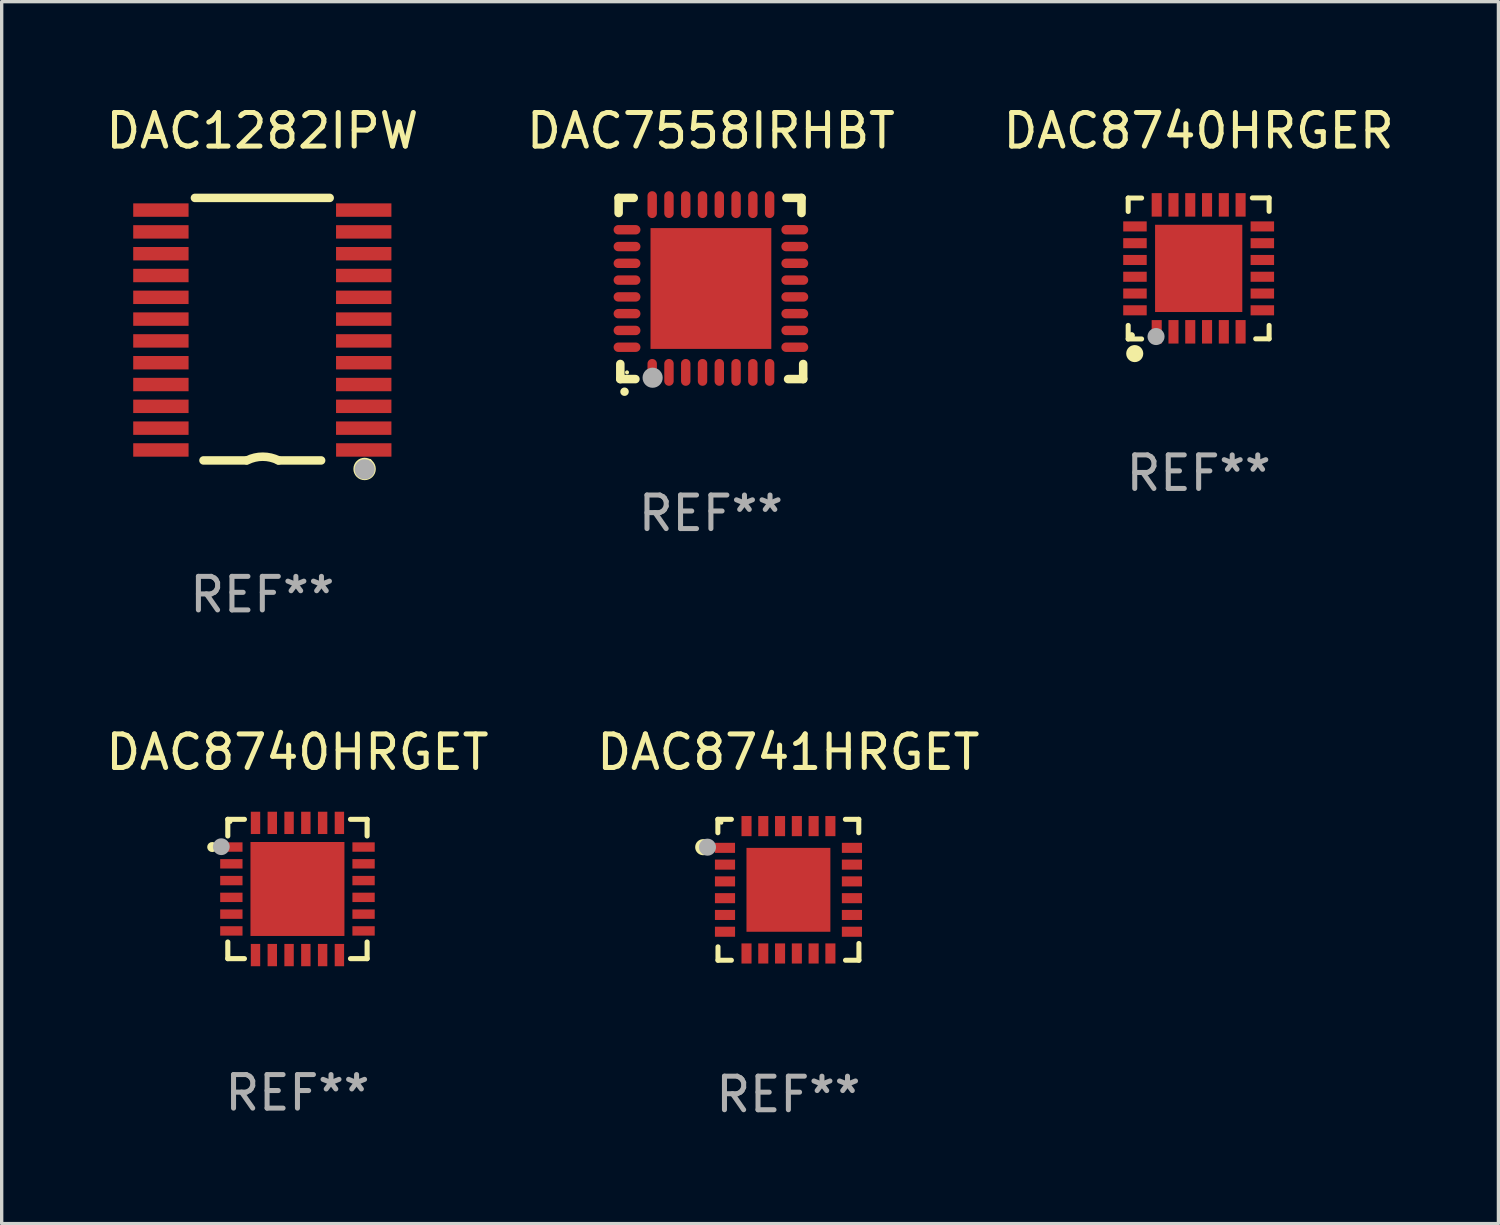
<source format=kicad_pcb>
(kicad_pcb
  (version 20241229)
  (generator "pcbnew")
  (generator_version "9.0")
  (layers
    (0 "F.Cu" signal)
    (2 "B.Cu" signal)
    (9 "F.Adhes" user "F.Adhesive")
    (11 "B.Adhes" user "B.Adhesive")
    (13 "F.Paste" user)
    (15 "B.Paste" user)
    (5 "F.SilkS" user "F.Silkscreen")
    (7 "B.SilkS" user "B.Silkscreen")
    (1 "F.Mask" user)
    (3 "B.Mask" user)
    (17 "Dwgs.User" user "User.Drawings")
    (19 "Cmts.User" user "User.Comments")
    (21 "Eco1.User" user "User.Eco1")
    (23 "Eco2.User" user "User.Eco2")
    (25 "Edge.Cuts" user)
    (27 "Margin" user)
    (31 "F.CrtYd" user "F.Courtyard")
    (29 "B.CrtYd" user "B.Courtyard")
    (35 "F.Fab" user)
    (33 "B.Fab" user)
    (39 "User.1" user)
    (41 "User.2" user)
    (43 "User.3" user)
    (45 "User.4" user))
  (footprint "DAC1282IPW"
    (layer "F.Cu")
    (at 4.768 6.76)
    (property "Reference" "DAC1282IPW" (at 0 -5.912 0) (layer "F.SilkS") (effects (font (size 1 1) (thickness 0.15))))
    (attr through_hole)
    (fp_line (start -2.008 -3.912) (end 2.007 -3.912) (stroke (width 0.254) (type solid)) (layer "F.SilkS"))
    (fp_line (start -0.483 3.912) (end -1.753 3.912) (stroke (width 0.254) (type solid)) (layer "F.SilkS"))
    (fp_line (start 1.752 3.912) (end 0.482 3.912) (stroke (width 0.254) (type solid)) (layer "F.SilkS"))
    (fp_arc (start -0.457404 3.911595) (mid 0.012497 3.800666) (end 0.482398 3.911595) (stroke (width 0.254001) (type solid)) (layer "F.SilkS"))
    (fp_circle (center 3.048 4.166) (end 3.128 4.166) (stroke (width 0.254) (type solid)) (fill no) (layer "F.SilkS"))
    (fp_circle (center 3.2 3.926) (end 3.23 3.926) (stroke (width 0.06) (type solid)) (fill no) (layer "F.SilkS"))
    (fp_circle (center 3.05 4.176) (end 3.2 4.176) (stroke (width 0.3) (type solid)) (fill no) (layer "F.Fab"))
    (fp_text user "REF**" (at 0 7.912 0) (layer "F.Fab") (effects (font (size 1 1) (thickness 0.15))))
    (pad "1" smd rect (at 3.023 3.6 180) (size 1.65 0.4) (layers "F.Cu" "F.Mask" "F.Paste"))
    (pad "2" smd rect (at 3.022 2.95 180) (size 1.65 0.4) (layers "F.Cu" "F.Mask" "F.Paste"))
    (pad "3" smd rect (at 3.022 2.3 180) (size 1.65 0.4) (layers "F.Cu" "F.Mask" "F.Paste"))
    (pad "4" smd rect (at 3.022 1.65 180) (size 1.65 0.4) (layers "F.Cu" "F.Mask" "F.Paste"))
    (pad "5" smd rect (at 3.022 1 180) (size 1.65 0.4) (layers "F.Cu" "F.Mask" "F.Paste"))
    (pad "6" smd rect (at 3.022 0.35 180) (size 1.65 0.4) (layers "F.Cu" "F.Mask" "F.Paste"))
    (pad "7" smd rect (at 3.022 -0.3 180) (size 1.65 0.4) (layers "F.Cu" "F.Mask" "F.Paste"))
    (pad "8" smd rect (at 3.022 -0.949 180) (size 1.65 0.4) (layers "F.Cu" "F.Mask" "F.Paste"))
    (pad "9" smd rect (at 3.022 -1.599 180) (size 1.65 0.4) (layers "F.Cu" "F.Mask" "F.Paste"))
    (pad "10" smd rect (at 3.022 -2.249 180) (size 1.65 0.4) (layers "F.Cu" "F.Mask" "F.Paste"))
    (pad "11" smd rect (at 3.022 -2.899 180) (size 1.65 0.4) (layers "F.Cu" "F.Mask" "F.Paste"))
    (pad "12" smd rect (at 3.022 -3.549 180) (size 1.65 0.4) (layers "F.Cu" "F.Mask" "F.Paste"))
    (pad "13" smd rect (at -3.023 -3.549 180) (size 1.65 0.4) (layers "F.Cu" "F.Mask" "F.Paste"))
    (pad "14" smd rect (at -3.023 -2.899 180) (size 1.65 0.4) (layers "F.Cu" "F.Mask" "F.Paste"))
    (pad "15" smd rect (at -3.023 -2.249 180) (size 1.65 0.4) (layers "F.Cu" "F.Mask" "F.Paste"))
    (pad "16" smd rect (at -3.023 -1.599 180) (size 1.65 0.4) (layers "F.Cu" "F.Mask" "F.Paste"))
    (pad "17" smd rect (at -3.023 -0.949 180) (size 1.65 0.4) (layers "F.Cu" "F.Mask" "F.Paste"))
    (pad "18" smd rect (at -3.023 -0.3 180) (size 1.65 0.4) (layers "F.Cu" "F.Mask" "F.Paste"))
    (pad "19" smd rect (at -3.023 0.35 180) (size 1.65 0.4) (layers "F.Cu" "F.Mask" "F.Paste"))
    (pad "20" smd rect (at -3.023 1 180) (size 1.65 0.4) (layers "F.Cu" "F.Mask" "F.Paste"))
    (pad "21" smd rect (at -3.023 1.65 180) (size 1.65 0.4) (layers "F.Cu" "F.Mask" "F.Paste"))
    (pad "22" smd rect (at -3.023 2.3 180) (size 1.65 0.4) (layers "F.Cu" "F.Mask" "F.Paste"))
    (pad "23" smd rect (at -3.023 2.95 180) (size 1.65 0.4) (layers "F.Cu" "F.Mask" "F.Paste"))
    (pad "24" smd rect (at -3.023 3.6 180) (size 1.65 0.4) (layers "F.Cu" "F.Mask" "F.Paste")))
  (footprint "DAC8740HRGET"
    (layer "F.Cu")
    (at 5.815 23.444)
    (property "Reference" "DAC8740HRGET" (at 0 -4.076 0) (layer "F.SilkS") (effects (font (size 1 1) (thickness 0.15))))
    (attr through_hole)
    (fp_line (start -2.076 -2.076) (end -2.076 -1.58) (stroke (width 0.152) (type solid)) (layer "F.SilkS"))
    (fp_line (start -2.076 2.076) (end -2.076 1.58) (stroke (width 0.152) (type solid)) (layer "F.SilkS"))
    (fp_line (start -1.58 -2.076) (end -2.076 -2.076) (stroke (width 0.152) (type solid)) (layer "F.SilkS"))
    (fp_line (start -1.58 2.076) (end -2.076 2.076) (stroke (width 0.152) (type solid)) (layer "F.SilkS"))
    (fp_line (start 1.58 -2.076) (end 2.076 -2.076) (stroke (width 0.152) (type solid)) (layer "F.SilkS"))
    (fp_line (start 1.58 2.076) (end 2.076 2.076) (stroke (width 0.152) (type solid)) (layer "F.SilkS"))
    (fp_line (start 2.076 -2.076) (end 2.076 -1.58) (stroke (width 0.152) (type solid)) (layer "F.SilkS"))
    (fp_line (start 2.076 2.076) (end 2.076 1.58) (stroke (width 0.152) (type solid)) (layer "F.SilkS"))
    (fp_circle (center -2.54 -1.25) (end -2.465 -1.25) (stroke (width 0.15) (type solid)) (fill no) (layer "F.SilkS"))
    (fp_circle (center -2 -2) (end -1.97 -2) (stroke (width 0.06) (type solid)) (fill no) (layer "F.SilkS"))
    (fp_circle (center -2.27 -1.26) (end -2.145 -1.26) (stroke (width 0.25) (type solid)) (fill no) (layer "F.Fab"))
    (fp_text user "REF**" (at 0 6.076 0) (layer "F.Fab") (effects (font (size 1 1) (thickness 0.15))))
    (pad "1" smd rect (at -1.97 -1.25) (size 0.665 0.28) (layers "F.Cu" "F.Mask" "F.Paste"))
    (pad "2" smd rect (at -1.97 -0.75) (size 0.665 0.28) (layers "F.Cu" "F.Mask" "F.Paste"))
    (pad "3" smd rect (at -1.97 -0.25) (size 0.665 0.28) (layers "F.Cu" "F.Mask" "F.Paste"))
    (pad "4" smd rect (at -1.97 0.25) (size 0.665 0.28) (layers "F.Cu" "F.Mask" "F.Paste"))
    (pad "5" smd rect (at -1.97 0.75) (size 0.665 0.28) (layers "F.Cu" "F.Mask" "F.Paste"))
    (pad "6" smd rect (at -1.97 1.25) (size 0.665 0.28) (layers "F.Cu" "F.Mask" "F.Paste"))
    (pad "7" smd rect (at -1.25 1.97) (size 0.28 0.665) (layers "F.Cu" "F.Mask" "F.Paste"))
    (pad "8" smd rect (at -0.75 1.97) (size 0.28 0.665) (layers "F.Cu" "F.Mask" "F.Paste"))
    (pad "9" smd rect (at -0.25 1.97) (size 0.28 0.665) (layers "F.Cu" "F.Mask" "F.Paste"))
    (pad "10" smd rect (at 0.25 1.97) (size 0.28 0.665) (layers "F.Cu" "F.Mask" "F.Paste"))
    (pad "11" smd rect (at 0.75 1.97) (size 0.28 0.665) (layers "F.Cu" "F.Mask" "F.Paste"))
    (pad "12" smd rect (at 1.25 1.97) (size 0.28 0.665) (layers "F.Cu" "F.Mask" "F.Paste"))
    (pad "13" smd rect (at 1.97 1.25) (size 0.665 0.28) (layers "F.Cu" "F.Mask" "F.Paste"))
    (pad "14" smd rect (at 1.97 0.75) (size 0.665 0.28) (layers "F.Cu" "F.Mask" "F.Paste"))
    (pad "15" smd rect (at 1.97 0.25) (size 0.665 0.28) (layers "F.Cu" "F.Mask" "F.Paste"))
    (pad "16" smd rect (at 1.97 -0.25) (size 0.665 0.28) (layers "F.Cu" "F.Mask" "F.Paste"))
    (pad "17" smd rect (at 1.97 -0.75) (size 0.665 0.28) (layers "F.Cu" "F.Mask" "F.Paste"))
    (pad "18" smd rect (at 1.97 -1.25) (size 0.665 0.28) (layers "F.Cu" "F.Mask" "F.Paste"))
    (pad "19" smd rect (at 1.25 -1.97) (size 0.28 0.665) (layers "F.Cu" "F.Mask" "F.Paste"))
    (pad "20" smd rect (at 0.75 -1.97) (size 0.28 0.665) (layers "F.Cu" "F.Mask" "F.Paste"))
    (pad "21" smd rect (at 0.25 -1.97) (size 0.28 0.665) (layers "F.Cu" "F.Mask" "F.Paste"))
    (pad "22" smd rect (at -0.25 -1.97) (size 0.28 0.665) (layers "F.Cu" "F.Mask" "F.Paste"))
    (pad "23" smd rect (at -0.75 -1.97) (size 0.28 0.665) (layers "F.Cu" "F.Mask" "F.Paste"))
    (pad "24" smd rect (at -1.25 -1.97) (size 0.28 0.665) (layers "F.Cu" "F.Mask" "F.Paste"))
    (pad "25" smd rect (at 0 0) (size 2.8 2.8) (layers "F.Cu" "F.Mask" "F.Paste")))
  (footprint "DAC8740HRGER"
    (layer "F.Cu")
    (at 32.673 4.95)
    (property "Reference" "DAC8740HRGER" (at 0 -4.102 0) (layer "F.SilkS") (effects (font (size 1 1) (thickness 0.15))))
    (attr through_hole)
    (fp_line (start -2.1 -2.098) (end -1.7 -2.098) (stroke (width 0.15) (type solid)) (layer "F.SilkS"))
    (fp_line (start -2.1 -1.698) (end -2.1 -2.098) (stroke (width 0.15) (type solid)) (layer "F.SilkS"))
    (fp_line (start -2.1 2.102) (end -2.1 1.698) (stroke (width 0.15) (type solid)) (layer "F.SilkS"))
    (fp_line (start -1.7 2.102) (end -2.1 2.102) (stroke (width 0.15) (type solid)) (layer "F.SilkS"))
    (fp_line (start 1.6 -2.102) (end 2.1 -2.102) (stroke (width 0.15) (type solid)) (layer "F.SilkS"))
    (fp_line (start 1.7 2.098) (end 2.1 2.098) (stroke (width 0.15) (type solid)) (layer "F.SilkS"))
    (fp_line (start 2.1 -2.102) (end 2.1 -1.702) (stroke (width 0.15) (type solid)) (layer "F.SilkS"))
    (fp_line (start 2.1 2.098) (end 2.1 1.698) (stroke (width 0.15) (type solid)) (layer "F.SilkS"))
    (fp_circle (center -2 1.998) (end -1.95 1.998) (stroke (width 0.1) (type solid)) (fill no) (layer "F.SilkS"))
    (fp_circle (center -1.905 2.538) (end -1.778 2.538) (stroke (width 0.254) (type solid)) (fill no) (layer "F.SilkS"))
    (fp_circle (center -1.27 2.03) (end -1.143 2.03) (stroke (width 0.254) (type solid)) (fill no) (layer "F.Fab"))
    (fp_text user "REF**" (at 0 6.102 0) (layer "F.Fab") (effects (font (size 1 1) (thickness 0.15))))
    (pad "1" smd rect (at -1.25 1.89 180) (size 0.3 0.7) (layers "F.Cu" "F.Mask" "F.Paste"))
    (pad "2" smd rect (at -0.75 1.889 180) (size 0.3 0.7) (layers "F.Cu" "F.Mask" "F.Paste"))
    (pad "3" smd rect (at -0.25 1.889 180) (size 0.3 0.7) (layers "F.Cu" "F.Mask" "F.Paste"))
    (pad "4" smd rect (at 0.25 1.889 180) (size 0.3 0.7) (layers "F.Cu" "F.Mask" "F.Paste"))
    (pad "5" smd rect (at 0.75 1.889 180) (size 0.3 0.7) (layers "F.Cu" "F.Mask" "F.Paste"))
    (pad "6" smd rect (at 1.25 1.889 180) (size 0.3 0.7) (layers "F.Cu" "F.Mask" "F.Paste"))
    (pad "7" smd rect (at 1.898 1.248 270) (size 0.3 0.7) (layers "F.Cu" "F.Mask" "F.Paste"))
    (pad "8" smd rect (at 1.898 0.748 270) (size 0.3 0.7) (layers "F.Cu" "F.Mask" "F.Paste"))
    (pad "9" smd rect (at 1.898 0.248 270) (size 0.3 0.7) (layers "F.Cu" "F.Mask" "F.Paste"))
    (pad "10" smd rect (at 1.898 -0.252 270) (size 0.3 0.7) (layers "F.Cu" "F.Mask" "F.Paste"))
    (pad "11" smd rect (at 1.898 -0.752 270) (size 0.3 0.7) (layers "F.Cu" "F.Mask" "F.Paste"))
    (pad "12" smd rect (at 1.898 -1.252 270) (size 0.3 0.7) (layers "F.Cu" "F.Mask" "F.Paste"))
    (pad "13" smd rect (at 1.25 -1.894) (size 0.3 0.7) (layers "F.Cu" "F.Mask" "F.Paste"))
    (pad "14" smd rect (at 0.75 -1.894) (size 0.3 0.7) (layers "F.Cu" "F.Mask" "F.Paste"))
    (pad "15" smd rect (at 0.25 -1.894) (size 0.3 0.7) (layers "F.Cu" "F.Mask" "F.Paste"))
    (pad "16" smd rect (at -0.25 -1.894) (size 0.3 0.7) (layers "F.Cu" "F.Mask" "F.Paste"))
    (pad "17" smd rect (at -0.75 -1.894) (size 0.3 0.7) (layers "F.Cu" "F.Mask" "F.Paste"))
    (pad "18" smd rect (at -1.25 -1.894) (size 0.3 0.7) (layers "F.Cu" "F.Mask" "F.Paste"))
    (pad "19" smd rect (at -1.898 -1.252 90) (size 0.3 0.7) (layers "F.Cu" "F.Mask" "F.Paste"))
    (pad "20" smd rect (at -1.898 -0.752 90) (size 0.3 0.7) (layers "F.Cu" "F.Mask" "F.Paste"))
    (pad "21" smd rect (at -1.898 -0.252 90) (size 0.3 0.7) (layers "F.Cu" "F.Mask" "F.Paste"))
    (pad "22" smd rect (at -1.898 0.248 90) (size 0.3 0.7) (layers "F.Cu" "F.Mask" "F.Paste"))
    (pad "23" smd rect (at -1.898 0.748 90) (size 0.3 0.7) (layers "F.Cu" "F.Mask" "F.Paste"))
    (pad "24" smd rect (at -1.898 1.248 90) (size 0.3 0.7) (layers "F.Cu" "F.Mask" "F.Paste"))
    (pad "25" smd rect (at 0.001 -0.001 90) (size 2.6 2.6) (layers "F.Cu" "F.Mask" "F.Paste")))
  (footprint "DAC7558IRHBT"
    (layer "F.Cu")
    (at 18.137 5.548)
    (property "Reference" "DAC7558IRHBT" (at 0 -4.7 0) (layer "F.SilkS") (effects (font (size 1 1) (thickness 0.15))))
    (attr through_hole)
    (fp_line (start -2.75 -2.7) (end -2.75 -2.25) (stroke (width 0.254) (type solid)) (layer "F.SilkS"))
    (fp_line (start -2.7 2.7) (end -2.7 2.25) (stroke (width 0.254) (type solid)) (layer "F.SilkS"))
    (fp_line (start -2.3 -2.7) (end -2.75 -2.7) (stroke (width 0.254) (type solid)) (layer "F.SilkS"))
    (fp_line (start -2.25 2.7) (end -2.7 2.7) (stroke (width 0.254) (type solid)) (layer "F.SilkS"))
    (fp_line (start 2.3 2.7) (end 2.75 2.7) (stroke (width 0.254) (type solid)) (layer "F.SilkS"))
    (fp_line (start 2.7 -2.7) (end 2.25 -2.7) (stroke (width 0.254) (type solid)) (layer "F.SilkS"))
    (fp_line (start 2.7 -2.25) (end 2.7 -2.7) (stroke (width 0.254) (type solid)) (layer "F.SilkS"))
    (fp_line (start 2.75 2.7) (end 2.75 2.25) (stroke (width 0.254) (type solid)) (layer "F.SilkS"))
    (fp_arc (start -2.575565 3.075946) (mid -2.574295 3.07594) (end -2.573025 3.075946) (stroke (width 0.25) (type solid)) (layer "F.SilkS"))
    (fp_circle (center -2.5 2.5) (end -2.47 2.5) (stroke (width 0.06) (type solid)) (fill no) (layer "F.SilkS"))
    (fp_circle (center -1.737 2.659) (end -1.587 2.659) (stroke (width 0.3) (type solid)) (fill no) (layer "F.Fab"))
    (fp_text user "REF**" (at 0 6.7 0) (layer "F.Fab") (effects (font (size 1 1) (thickness 0.15))))
    (pad "1" smd oval (at -1.75 2.5) (size 0.28 0.8) (layers "F.Cu" "F.Mask" "F.Paste"))
    (pad "2" smd oval (at -1.25 2.5) (size 0.28 0.8) (layers "F.Cu" "F.Mask" "F.Paste"))
    (pad "3" smd oval (at -0.75 2.5) (size 0.28 0.8) (layers "F.Cu" "F.Mask" "F.Paste"))
    (pad "4" smd oval (at -0.25 2.5) (size 0.28 0.8) (layers "F.Cu" "F.Mask" "F.Paste"))
    (pad "5" smd oval (at 0.25 2.5) (size 0.28 0.8) (layers "F.Cu" "F.Mask" "F.Paste"))
    (pad "6" smd oval (at 0.75 2.5) (size 0.28 0.8) (layers "F.Cu" "F.Mask" "F.Paste"))
    (pad "7" smd oval (at 1.25 2.5) (size 0.28 0.8) (layers "F.Cu" "F.Mask" "F.Paste"))
    (pad "8" smd oval (at 1.75 2.5) (size 0.28 0.8) (layers "F.Cu" "F.Mask" "F.Paste"))
    (pad "9" smd oval (at 2.5 1.75) (size 0.8 0.28) (layers "F.Cu" "F.Mask" "F.Paste"))
    (pad "10" smd oval (at 2.5 1.25) (size 0.8 0.28) (layers "F.Cu" "F.Mask" "F.Paste"))
    (pad "11" smd oval (at 2.5 0.75) (size 0.8 0.28) (layers "F.Cu" "F.Mask" "F.Paste"))
    (pad "12" smd oval (at 2.5 0.25) (size 0.8 0.28) (layers "F.Cu" "F.Mask" "F.Paste"))
    (pad "13" smd oval (at 2.5 -0.25) (size 0.8 0.28) (layers "F.Cu" "F.Mask" "F.Paste"))
    (pad "14" smd oval (at 2.5 -0.75) (size 0.8 0.28) (layers "F.Cu" "F.Mask" "F.Paste"))
    (pad "15" smd oval (at 2.5 -1.25) (size 0.8 0.28) (layers "F.Cu" "F.Mask" "F.Paste"))
    (pad "16" smd oval (at 2.5 -1.75) (size 0.8 0.28) (layers "F.Cu" "F.Mask" "F.Paste"))
    (pad "17" smd oval (at 1.75 -2.5) (size 0.28 0.8) (layers "F.Cu" "F.Mask" "F.Paste"))
    (pad "18" smd oval (at 1.25 -2.5) (size 0.28 0.8) (layers "F.Cu" "F.Mask" "F.Paste"))
    (pad "19" smd oval (at 0.75 -2.5) (size 0.28 0.8) (layers "F.Cu" "F.Mask" "F.Paste"))
    (pad "20" smd oval (at 0.25 -2.5) (size 0.28 0.8) (layers "F.Cu" "F.Mask" "F.Paste"))
    (pad "21" smd oval (at -0.25 -2.5) (size 0.28 0.8) (layers "F.Cu" "F.Mask" "F.Paste"))
    (pad "22" smd oval (at -0.75 -2.5) (size 0.28 0.8) (layers "F.Cu" "F.Mask" "F.Paste"))
    (pad "23" smd oval (at -1.25 -2.5) (size 0.28 0.8) (layers "F.Cu" "F.Mask" "F.Paste"))
    (pad "24" smd oval (at -1.75 -2.5) (size 0.28 0.8) (layers "F.Cu" "F.Mask" "F.Paste"))
    (pad "25" smd oval (at -2.5 -1.75) (size 0.8 0.28) (layers "F.Cu" "F.Mask" "F.Paste"))
    (pad "26" smd oval (at -2.5 -1.25) (size 0.8 0.28) (layers "F.Cu" "F.Mask" "F.Paste"))
    (pad "27" smd oval (at -2.5 -0.75) (size 0.8 0.28) (layers "F.Cu" "F.Mask" "F.Paste"))
    (pad "28" smd oval (at -2.5 -0.25) (size 0.8 0.28) (layers "F.Cu" "F.Mask" "F.Paste"))
    (pad "29" smd oval (at -2.5 0.25) (size 0.8 0.28) (layers "F.Cu" "F.Mask" "F.Paste"))
    (pad "30" smd oval (at -2.5 0.75) (size 0.8 0.28) (layers "F.Cu" "F.Mask" "F.Paste"))
    (pad "31" smd oval (at -2.5 1.25) (size 0.8 0.28) (layers "F.Cu" "F.Mask" "F.Paste"))
    (pad "32" smd oval (at -2.5 1.75) (size 0.8 0.28) (layers "F.Cu" "F.Mask" "F.Paste"))
    (pad "33" smd rect (at 0.000076 0.000076) (size 3.6 3.6) (layers "F.Cu" "F.Mask" "F.Paste")))
  (footprint "DAC8741HRGET"
    (layer "F.Cu")
    (at 20.446 23.468)
    (property "Reference" "DAC8741HRGET" (at 0 -4.1 0) (layer "F.SilkS") (effects (font (size 1 1) (thickness 0.15))))
    (attr through_hole)
    (fp_line (start -2.102 -2.1) (end -1.698 -2.1) (stroke (width 0.15) (type solid)) (layer "F.SilkS"))
    (fp_line (start -2.102 -1.7) (end -2.102 -2.1) (stroke (width 0.15) (type solid)) (layer "F.SilkS"))
    (fp_line (start -2.098 1.7) (end -2.098 2.1) (stroke (width 0.15) (type solid)) (layer "F.SilkS"))
    (fp_line (start -2.098 2.1) (end -1.698 2.1) (stroke (width 0.15) (type solid)) (layer "F.SilkS"))
    (fp_line (start 1.698 -2.1) (end 2.098 -2.1) (stroke (width 0.15) (type solid)) (layer "F.SilkS"))
    (fp_line (start 2.098 -2.1) (end 2.098 -1.7) (stroke (width 0.15) (type solid)) (layer "F.SilkS"))
    (fp_line (start 2.102 1.6) (end 2.102 2.1) (stroke (width 0.15) (type solid)) (layer "F.SilkS"))
    (fp_line (start 2.102 2.1) (end 1.702 2.1) (stroke (width 0.15) (type solid)) (layer "F.SilkS"))
    (fp_circle (center -2.538 -1.27) (end -2.418 -1.27) (stroke (width 0.24) (type solid)) (fill no) (layer "F.SilkS"))
    (fp_circle (center -1.998 -2) (end -1.968 -2) (stroke (width 0.06) (type solid)) (fill no) (layer "F.SilkS"))
    (fp_circle (center -2.411 -1.27) (end -2.284 -1.27) (stroke (width 0.254) (type solid)) (fill no) (layer "F.Fab"))
    (fp_text user "REF**" (at 0 6.1 0) (layer "F.Fab") (effects (font (size 1 1) (thickness 0.15))))
    (pad "1" smd rect (at -1.89 -1.25 90) (size 0.3 0.6) (layers "F.Cu" "F.Mask" "F.Paste"))
    (pad "2" smd rect (at -1.889 -0.75 90) (size 0.3 0.6) (layers "F.Cu" "F.Mask" "F.Paste"))
    (pad "3" smd rect (at -1.889 -0.25 90) (size 0.3 0.6) (layers "F.Cu" "F.Mask" "F.Paste"))
    (pad "4" smd rect (at -1.889 0.25 90) (size 0.3 0.6) (layers "F.Cu" "F.Mask" "F.Paste"))
    (pad "5" smd rect (at -1.889 0.75 90) (size 0.3 0.6) (layers "F.Cu" "F.Mask" "F.Paste"))
    (pad "6" smd rect (at -1.889 1.25 90) (size 0.3 0.6) (layers "F.Cu" "F.Mask" "F.Paste"))
    (pad "7" smd rect (at -1.248 1.898 180) (size 0.3 0.6) (layers "F.Cu" "F.Mask" "F.Paste"))
    (pad "8" smd rect (at -0.748 1.898 180) (size 0.3 0.6) (layers "F.Cu" "F.Mask" "F.Paste"))
    (pad "9" smd rect (at -0.248 1.898 180) (size 0.3 0.6) (layers "F.Cu" "F.Mask" "F.Paste"))
    (pad "10" smd rect (at 0.252 1.898 180) (size 0.3 0.6) (layers "F.Cu" "F.Mask" "F.Paste"))
    (pad "11" smd rect (at 0.752 1.898 180) (size 0.3 0.6) (layers "F.Cu" "F.Mask" "F.Paste"))
    (pad "12" smd rect (at 1.252 1.898 180) (size 0.3 0.6) (layers "F.Cu" "F.Mask" "F.Paste"))
    (pad "13" smd rect (at 1.894 1.25 270) (size 0.3 0.6) (layers "F.Cu" "F.Mask" "F.Paste"))
    (pad "14" smd rect (at 1.894 0.75 270) (size 0.3 0.6) (layers "F.Cu" "F.Mask" "F.Paste"))
    (pad "15" smd rect (at 1.894 0.25 270) (size 0.3 0.6) (layers "F.Cu" "F.Mask" "F.Paste"))
    (pad "16" smd rect (at 1.894 -0.25 270) (size 0.3 0.6) (layers "F.Cu" "F.Mask" "F.Paste"))
    (pad "17" smd rect (at 1.894 -0.75 270) (size 0.3 0.6) (layers "F.Cu" "F.Mask" "F.Paste"))
    (pad "18" smd rect (at 1.894 -1.25 270) (size 0.3 0.6) (layers "F.Cu" "F.Mask" "F.Paste"))
    (pad "19" smd rect (at 1.252 -1.898) (size 0.3 0.6) (layers "F.Cu" "F.Mask" "F.Paste"))
    (pad "20" smd rect (at 0.752 -1.898) (size 0.3 0.6) (layers "F.Cu" "F.Mask" "F.Paste"))
    (pad "21" smd rect (at 0.252 -1.898) (size 0.3 0.6) (layers "F.Cu" "F.Mask" "F.Paste"))
    (pad "22" smd rect (at -0.248 -1.898) (size 0.3 0.6) (layers "F.Cu" "F.Mask" "F.Paste"))
    (pad "23" smd rect (at -0.748 -1.898) (size 0.3 0.6) (layers "F.Cu" "F.Mask" "F.Paste"))
    (pad "24" smd rect (at -1.248 -1.898) (size 0.3 0.6) (layers "F.Cu" "F.Mask" "F.Paste"))
    (pad "25" smd rect (at 0.001 0.001) (size 2.5 2.5) (layers "F.Cu" "F.Mask" "F.Paste")))
  (gr_rect
    (start -3 -3)
    (end 41.607 33.416)
    (stroke (width 0.1) (type default))
    (fill no)
    (layer "Edge.Cuts")))
</source>
